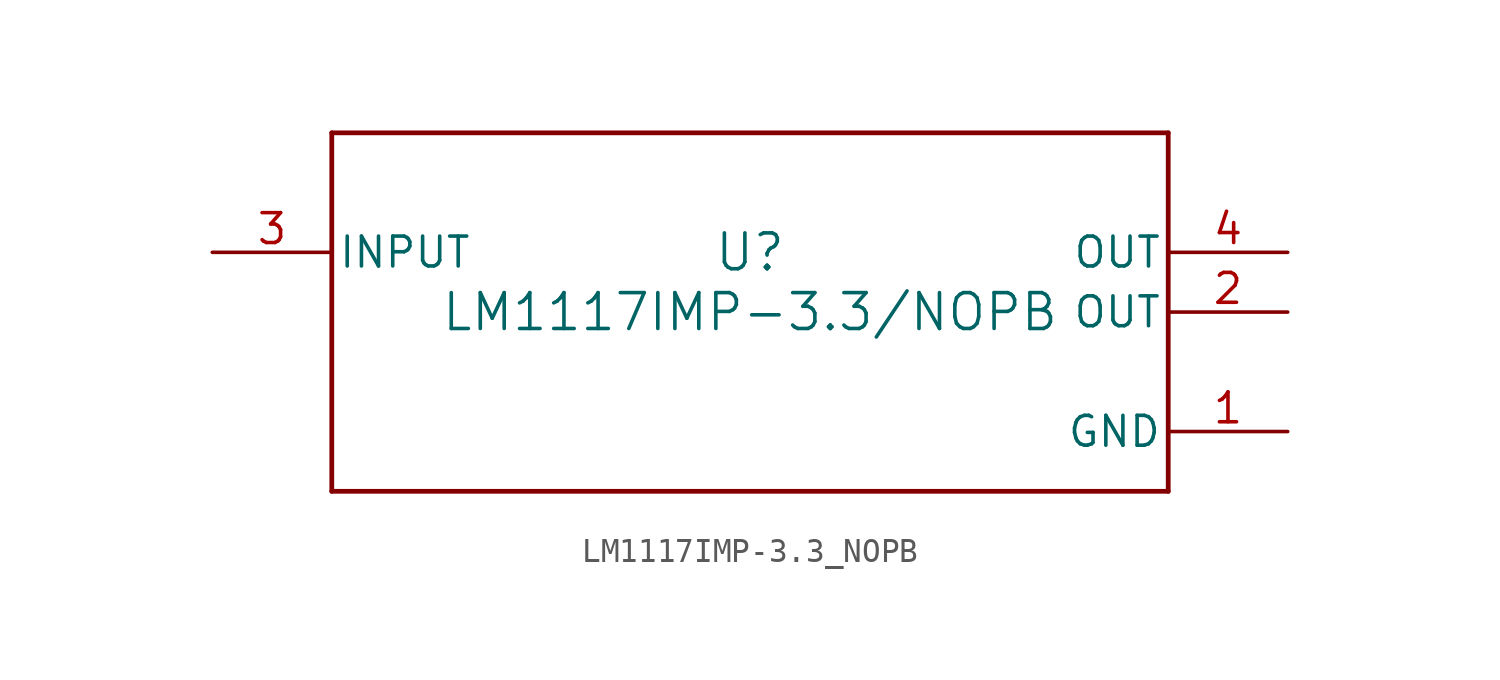
<source format=kicad_sym>
(kicad_symbol_lib
  (version 20211014)
  (generator kicad_symbol_editor)
  (symbol "LM1117IMP-3.3_NOPB"
    (pin_names
      (offset 0.254))
    (property "Reference" "U"
      (at 0 2.54 0)
      (effects (font (size 1.524 1.524))))
    (property "Value" "LM1117IMP-3.3/NOPB"
      (at 0 0 0)
      (effects (font (size 1.524 1.524))))
    (symbol "LM1117IMP-3.3_NOPB_0_1"
      (polyline (pts (xy -17.78 -7.62) (xy 17.78 -7.62)) (stroke (width 0.203) (type default) (color 0 0 0 0)) (fill (type none)))
      (polyline (pts (xy 17.78 -7.62) (xy 17.78 7.62)) (stroke (width 0.203) (type default) (color 0 0 0 0)) (fill (type none)))
      (polyline (pts (xy 17.78 7.62) (xy -17.78 7.62)) (stroke (width 0.203) (type default) (color 0 0 0 0)) (fill (type none)))
      (polyline (pts (xy -17.78 7.62) (xy -17.78 -7.62)) (stroke (width 0.203) (type default) (color 0 0 0 0)) (fill (type none)))
      (pin power_in line (at 22.86 -5.08 180) (length 5.08) (name "GND" (effects (font (size 1.27 1.27)))) (number "1" (effects (font (size 1.27 1.27)))))
      (pin power_in line (at 22.86 0 180) (length 5.08) (name "OUT" (effects (font (size 1.27 1.27)))) (number "2" (effects (font (size 1.27 1.27)))))
      (pin power_in line (at -22.86 2.54 0) (length 5.08) (name "INPUT" (effects (font (size 1.27 1.27)))) (number "3" (effects (font (size 1.27 1.27)))))
      (pin power_in line (at 22.86 2.54 180) (length 5.08) (name "OUT" (effects (font (size 1.27 1.27)))) (number "4" (effects (font (size 1.27 1.27))))))))
</source>
